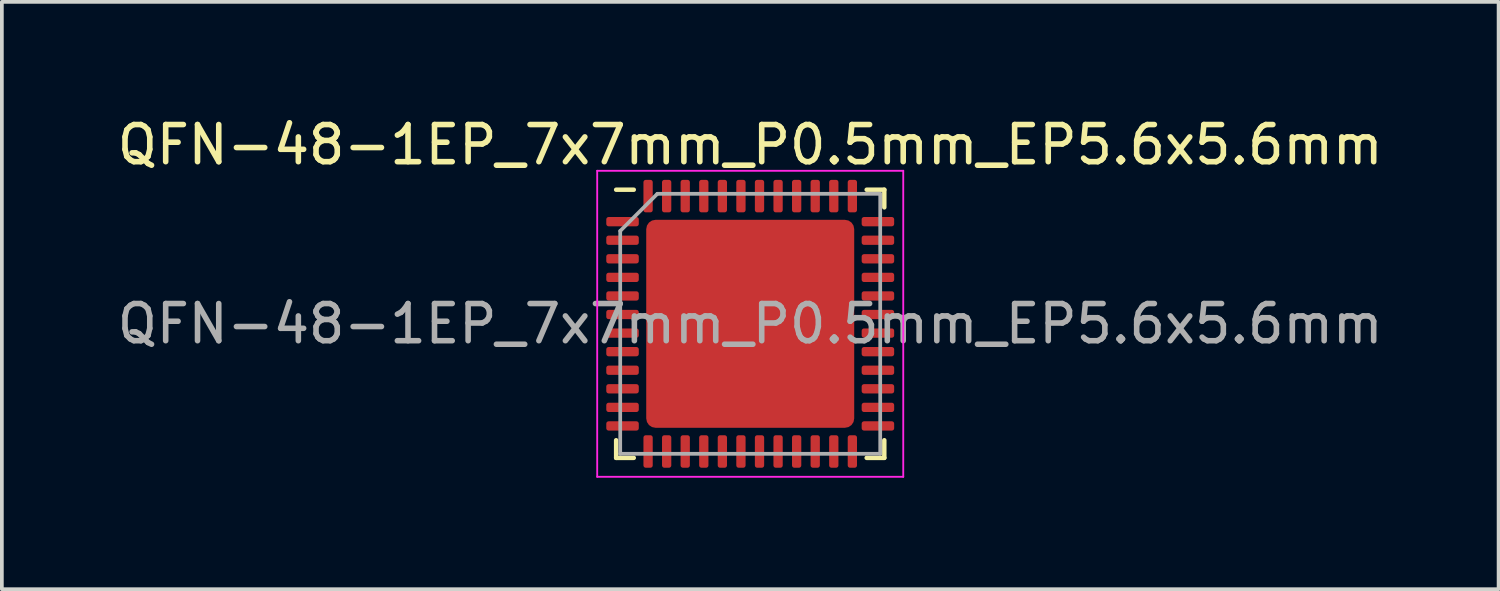
<source format=kicad_pcb>
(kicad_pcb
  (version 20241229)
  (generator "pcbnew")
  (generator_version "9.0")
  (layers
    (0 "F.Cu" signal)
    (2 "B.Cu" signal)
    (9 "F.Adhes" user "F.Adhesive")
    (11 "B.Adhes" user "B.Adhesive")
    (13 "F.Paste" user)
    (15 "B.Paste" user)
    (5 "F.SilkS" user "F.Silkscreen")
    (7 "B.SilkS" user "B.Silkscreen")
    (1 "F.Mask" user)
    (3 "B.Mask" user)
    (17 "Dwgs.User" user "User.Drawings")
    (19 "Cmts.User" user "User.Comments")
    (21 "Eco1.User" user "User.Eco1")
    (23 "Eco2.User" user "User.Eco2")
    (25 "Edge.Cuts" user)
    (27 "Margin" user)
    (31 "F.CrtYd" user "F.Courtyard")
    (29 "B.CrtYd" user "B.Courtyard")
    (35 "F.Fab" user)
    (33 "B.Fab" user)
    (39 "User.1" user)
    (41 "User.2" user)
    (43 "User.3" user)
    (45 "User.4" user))
  (footprint "QFN-48-1EP_7x7mm_P0.5mm_EP5.6x5.6mm"
    (layer "F.Cu")
    (at 17.149 5.668)
    (property "Reference" "QFN-48-1EP_7x7mm_P0.5mm_EP5.6x5.6mm" (at 0 -4.82 0) (layer "F.SilkS") (effects (font (size 1 1) (thickness 0.15))))
    (attr smd)
    (fp_line (start -3.61 3.61) (end -3.61 3.135) (stroke (width 0.12) (type solid)) (layer "F.SilkS"))
    (fp_line (start -3.135 -3.61) (end -3.61 -3.61) (stroke (width 0.12) (type solid)) (layer "F.SilkS"))
    (fp_line (start -3.135 3.61) (end -3.61 3.61) (stroke (width 0.12) (type solid)) (layer "F.SilkS"))
    (fp_line (start 3.135 -3.61) (end 3.61 -3.61) (stroke (width 0.12) (type solid)) (layer "F.SilkS"))
    (fp_line (start 3.135 3.61) (end 3.61 3.61) (stroke (width 0.12) (type solid)) (layer "F.SilkS"))
    (fp_line (start 3.61 -3.61) (end 3.61 -3.135) (stroke (width 0.12) (type solid)) (layer "F.SilkS"))
    (fp_line (start 3.61 3.61) (end 3.61 3.135) (stroke (width 0.12) (type solid)) (layer "F.SilkS"))
    (fp_line (start -4.12 -4.12) (end -4.12 4.12) (stroke (width 0.05) (type solid)) (layer "F.CrtYd"))
    (fp_line (start -4.12 4.12) (end 4.12 4.12) (stroke (width 0.05) (type solid)) (layer "F.CrtYd"))
    (fp_line (start 4.12 -4.12) (end -4.12 -4.12) (stroke (width 0.05) (type solid)) (layer "F.CrtYd"))
    (fp_line (start 4.12 4.12) (end 4.12 -4.12) (stroke (width 0.05) (type solid)) (layer "F.CrtYd"))
    (fp_line (start -3.5 -2.5) (end -2.5 -3.5) (stroke (width 0.1) (type solid)) (layer "F.Fab"))
    (fp_line (start -3.5 3.5) (end -3.5 -2.5) (stroke (width 0.1) (type solid)) (layer "F.Fab"))
    (fp_line (start -2.5 -3.5) (end 3.5 -3.5) (stroke (width 0.1) (type solid)) (layer "F.Fab"))
    (fp_line (start 3.5 -3.5) (end 3.5 3.5) (stroke (width 0.1) (type solid)) (layer "F.Fab"))
    (fp_line (start 3.5 3.5) (end -3.5 3.5) (stroke (width 0.1) (type solid)) (layer "F.Fab"))
    (fp_text user "${REFERENCE}" (at 0 0 0) (layer "F.Fab") (effects (font (size 1 1) (thickness 0.15))))
    (pad "" smd roundrect (at -2.1 -2.1) (size 1.13 1.13) (layers "F.Paste") (roundrect_rratio 0.221))
    (pad "" smd roundrect (at -2.1 -0.7) (size 1.13 1.13) (layers "F.Paste") (roundrect_rratio 0.221))
    (pad "" smd roundrect (at -2.1 0.7) (size 1.13 1.13) (layers "F.Paste") (roundrect_rratio 0.221))
    (pad "" smd roundrect (at -2.1 2.1) (size 1.13 1.13) (layers "F.Paste") (roundrect_rratio 0.221))
    (pad "" smd roundrect (at -0.7 -2.1) (size 1.13 1.13) (layers "F.Paste") (roundrect_rratio 0.221))
    (pad "" smd roundrect (at -0.7 -0.7) (size 1.13 1.13) (layers "F.Paste") (roundrect_rratio 0.221))
    (pad "" smd roundrect (at -0.7 0.7) (size 1.13 1.13) (layers "F.Paste") (roundrect_rratio 0.221))
    (pad "" smd roundrect (at -0.7 2.1) (size 1.13 1.13) (layers "F.Paste") (roundrect_rratio 0.221))
    (pad "" smd roundrect (at 0.7 -2.1) (size 1.13 1.13) (layers "F.Paste") (roundrect_rratio 0.221))
    (pad "" smd roundrect (at 0.7 -0.7) (size 1.13 1.13) (layers "F.Paste") (roundrect_rratio 0.221))
    (pad "" smd roundrect (at 0.7 0.7) (size 1.13 1.13) (layers "F.Paste") (roundrect_rratio 0.221))
    (pad "" smd roundrect (at 0.7 2.1) (size 1.13 1.13) (layers "F.Paste") (roundrect_rratio 0.221))
    (pad "" smd roundrect (at 2.1 -2.1) (size 1.13 1.13) (layers "F.Paste") (roundrect_rratio 0.221))
    (pad "" smd roundrect (at 2.1 -0.7) (size 1.13 1.13) (layers "F.Paste") (roundrect_rratio 0.221))
    (pad "" smd roundrect (at 2.1 0.7) (size 1.13 1.13) (layers "F.Paste") (roundrect_rratio 0.221))
    (pad "" smd roundrect (at 2.1 2.1) (size 1.13 1.13) (layers "F.Paste") (roundrect_rratio 0.221))
    (pad "1" smd roundrect (at -3.438 -2.75) (size 0.875 0.25) (layers "F.Cu" "F.Mask" "F.Paste") (roundrect_rratio 0.25))
    (pad "2" smd roundrect (at -3.438 -2.25) (size 0.875 0.25) (layers "F.Cu" "F.Mask" "F.Paste") (roundrect_rratio 0.25))
    (pad "3" smd roundrect (at -3.438 -1.75) (size 0.875 0.25) (layers "F.Cu" "F.Mask" "F.Paste") (roundrect_rratio 0.25))
    (pad "4" smd roundrect (at -3.438 -1.25) (size 0.875 0.25) (layers "F.Cu" "F.Mask" "F.Paste") (roundrect_rratio 0.25))
    (pad "5" smd roundrect (at -3.438 -0.75) (size 0.875 0.25) (layers "F.Cu" "F.Mask" "F.Paste") (roundrect_rratio 0.25))
    (pad "6" smd roundrect (at -3.438 -0.25) (size 0.875 0.25) (layers "F.Cu" "F.Mask" "F.Paste") (roundrect_rratio 0.25))
    (pad "7" smd roundrect (at -3.438 0.25) (size 0.875 0.25) (layers "F.Cu" "F.Mask" "F.Paste") (roundrect_rratio 0.25))
    (pad "8" smd roundrect (at -3.438 0.75) (size 0.875 0.25) (layers "F.Cu" "F.Mask" "F.Paste") (roundrect_rratio 0.25))
    (pad "9" smd roundrect (at -3.438 1.25) (size 0.875 0.25) (layers "F.Cu" "F.Mask" "F.Paste") (roundrect_rratio 0.25))
    (pad "10" smd roundrect (at -3.438 1.75) (size 0.875 0.25) (layers "F.Cu" "F.Mask" "F.Paste") (roundrect_rratio 0.25))
    (pad "11" smd roundrect (at -3.438 2.25) (size 0.875 0.25) (layers "F.Cu" "F.Mask" "F.Paste") (roundrect_rratio 0.25))
    (pad "12" smd roundrect (at -3.438 2.75) (size 0.875 0.25) (layers "F.Cu" "F.Mask" "F.Paste") (roundrect_rratio 0.25))
    (pad "13" smd roundrect (at -2.75 3.438) (size 0.25 0.875) (layers "F.Cu" "F.Mask" "F.Paste") (roundrect_rratio 0.25))
    (pad "14" smd roundrect (at -2.25 3.438) (size 0.25 0.875) (layers "F.Cu" "F.Mask" "F.Paste") (roundrect_rratio 0.25))
    (pad "15" smd roundrect (at -1.75 3.438) (size 0.25 0.875) (layers "F.Cu" "F.Mask" "F.Paste") (roundrect_rratio 0.25))
    (pad "16" smd roundrect (at -1.25 3.438) (size 0.25 0.875) (layers "F.Cu" "F.Mask" "F.Paste") (roundrect_rratio 0.25))
    (pad "17" smd roundrect (at -0.75 3.438) (size 0.25 0.875) (layers "F.Cu" "F.Mask" "F.Paste") (roundrect_rratio 0.25))
    (pad "18" smd roundrect (at -0.25 3.438) (size 0.25 0.875) (layers "F.Cu" "F.Mask" "F.Paste") (roundrect_rratio 0.25))
    (pad "19" smd roundrect (at 0.25 3.438) (size 0.25 0.875) (layers "F.Cu" "F.Mask" "F.Paste") (roundrect_rratio 0.25))
    (pad "20" smd roundrect (at 0.75 3.438) (size 0.25 0.875) (layers "F.Cu" "F.Mask" "F.Paste") (roundrect_rratio 0.25))
    (pad "21" smd roundrect (at 1.25 3.438) (size 0.25 0.875) (layers "F.Cu" "F.Mask" "F.Paste") (roundrect_rratio 0.25))
    (pad "22" smd roundrect (at 1.75 3.438) (size 0.25 0.875) (layers "F.Cu" "F.Mask" "F.Paste") (roundrect_rratio 0.25))
    (pad "23" smd roundrect (at 2.25 3.438) (size 0.25 0.875) (layers "F.Cu" "F.Mask" "F.Paste") (roundrect_rratio 0.25))
    (pad "24" smd roundrect (at 2.75 3.438) (size 0.25 0.875) (layers "F.Cu" "F.Mask" "F.Paste") (roundrect_rratio 0.25))
    (pad "25" smd roundrect (at 3.438 2.75) (size 0.875 0.25) (layers "F.Cu" "F.Mask" "F.Paste") (roundrect_rratio 0.25))
    (pad "26" smd roundrect (at 3.438 2.25) (size 0.875 0.25) (layers "F.Cu" "F.Mask" "F.Paste") (roundrect_rratio 0.25))
    (pad "27" smd roundrect (at 3.438 1.75) (size 0.875 0.25) (layers "F.Cu" "F.Mask" "F.Paste") (roundrect_rratio 0.25))
    (pad "28" smd roundrect (at 3.438 1.25) (size 0.875 0.25) (layers "F.Cu" "F.Mask" "F.Paste") (roundrect_rratio 0.25))
    (pad "29" smd roundrect (at 3.438 0.75) (size 0.875 0.25) (layers "F.Cu" "F.Mask" "F.Paste") (roundrect_rratio 0.25))
    (pad "30" smd roundrect (at 3.438 0.25) (size 0.875 0.25) (layers "F.Cu" "F.Mask" "F.Paste") (roundrect_rratio 0.25))
    (pad "31" smd roundrect (at 3.438 -0.25) (size 0.875 0.25) (layers "F.Cu" "F.Mask" "F.Paste") (roundrect_rratio 0.25))
    (pad "32" smd roundrect (at 3.438 -0.75) (size 0.875 0.25) (layers "F.Cu" "F.Mask" "F.Paste") (roundrect_rratio 0.25))
    (pad "33" smd roundrect (at 3.438 -1.25) (size 0.875 0.25) (layers "F.Cu" "F.Mask" "F.Paste") (roundrect_rratio 0.25))
    (pad "34" smd roundrect (at 3.438 -1.75) (size 0.875 0.25) (layers "F.Cu" "F.Mask" "F.Paste") (roundrect_rratio 0.25))
    (pad "35" smd roundrect (at 3.438 -2.25) (size 0.875 0.25) (layers "F.Cu" "F.Mask" "F.Paste") (roundrect_rratio 0.25))
    (pad "36" smd roundrect (at 3.438 -2.75) (size 0.875 0.25) (layers "F.Cu" "F.Mask" "F.Paste") (roundrect_rratio 0.25))
    (pad "37" smd roundrect (at 2.75 -3.438) (size 0.25 0.875) (layers "F.Cu" "F.Mask" "F.Paste") (roundrect_rratio 0.25))
    (pad "38" smd roundrect (at 2.25 -3.438) (size 0.25 0.875) (layers "F.Cu" "F.Mask" "F.Paste") (roundrect_rratio 0.25))
    (pad "39" smd roundrect (at 1.75 -3.438) (size 0.25 0.875) (layers "F.Cu" "F.Mask" "F.Paste") (roundrect_rratio 0.25))
    (pad "40" smd roundrect (at 1.25 -3.438) (size 0.25 0.875) (layers "F.Cu" "F.Mask" "F.Paste") (roundrect_rratio 0.25))
    (pad "41" smd roundrect (at 0.75 -3.438) (size 0.25 0.875) (layers "F.Cu" "F.Mask" "F.Paste") (roundrect_rratio 0.25))
    (pad "42" smd roundrect (at 0.25 -3.438) (size 0.25 0.875) (layers "F.Cu" "F.Mask" "F.Paste") (roundrect_rratio 0.25))
    (pad "43" smd roundrect (at -0.25 -3.438) (size 0.25 0.875) (layers "F.Cu" "F.Mask" "F.Paste") (roundrect_rratio 0.25))
    (pad "44" smd roundrect (at -0.75 -3.438) (size 0.25 0.875) (layers "F.Cu" "F.Mask" "F.Paste") (roundrect_rratio 0.25))
    (pad "45" smd roundrect (at -1.25 -3.438) (size 0.25 0.875) (layers "F.Cu" "F.Mask" "F.Paste") (roundrect_rratio 0.25))
    (pad "46" smd roundrect (at -1.75 -3.438) (size 0.25 0.875) (layers "F.Cu" "F.Mask" "F.Paste") (roundrect_rratio 0.25))
    (pad "47" smd roundrect (at -2.25 -3.438) (size 0.25 0.875) (layers "F.Cu" "F.Mask" "F.Paste") (roundrect_rratio 0.25))
    (pad "48" smd roundrect (at -2.75 -3.438) (size 0.25 0.875) (layers "F.Cu" "F.Mask" "F.Paste") (roundrect_rratio 0.25))
    (pad "49" smd roundrect (at 0 0) (size 5.6 5.6) (layers "F.Cu" "F.Mask") (roundrect_rratio 0.045)))
  (gr_rect
    (start -3 -3)
    (end 37.298 12.813)
    (stroke (width 0.1) (type default))
    (fill no)
    (layer "Edge.Cuts")))
</source>
